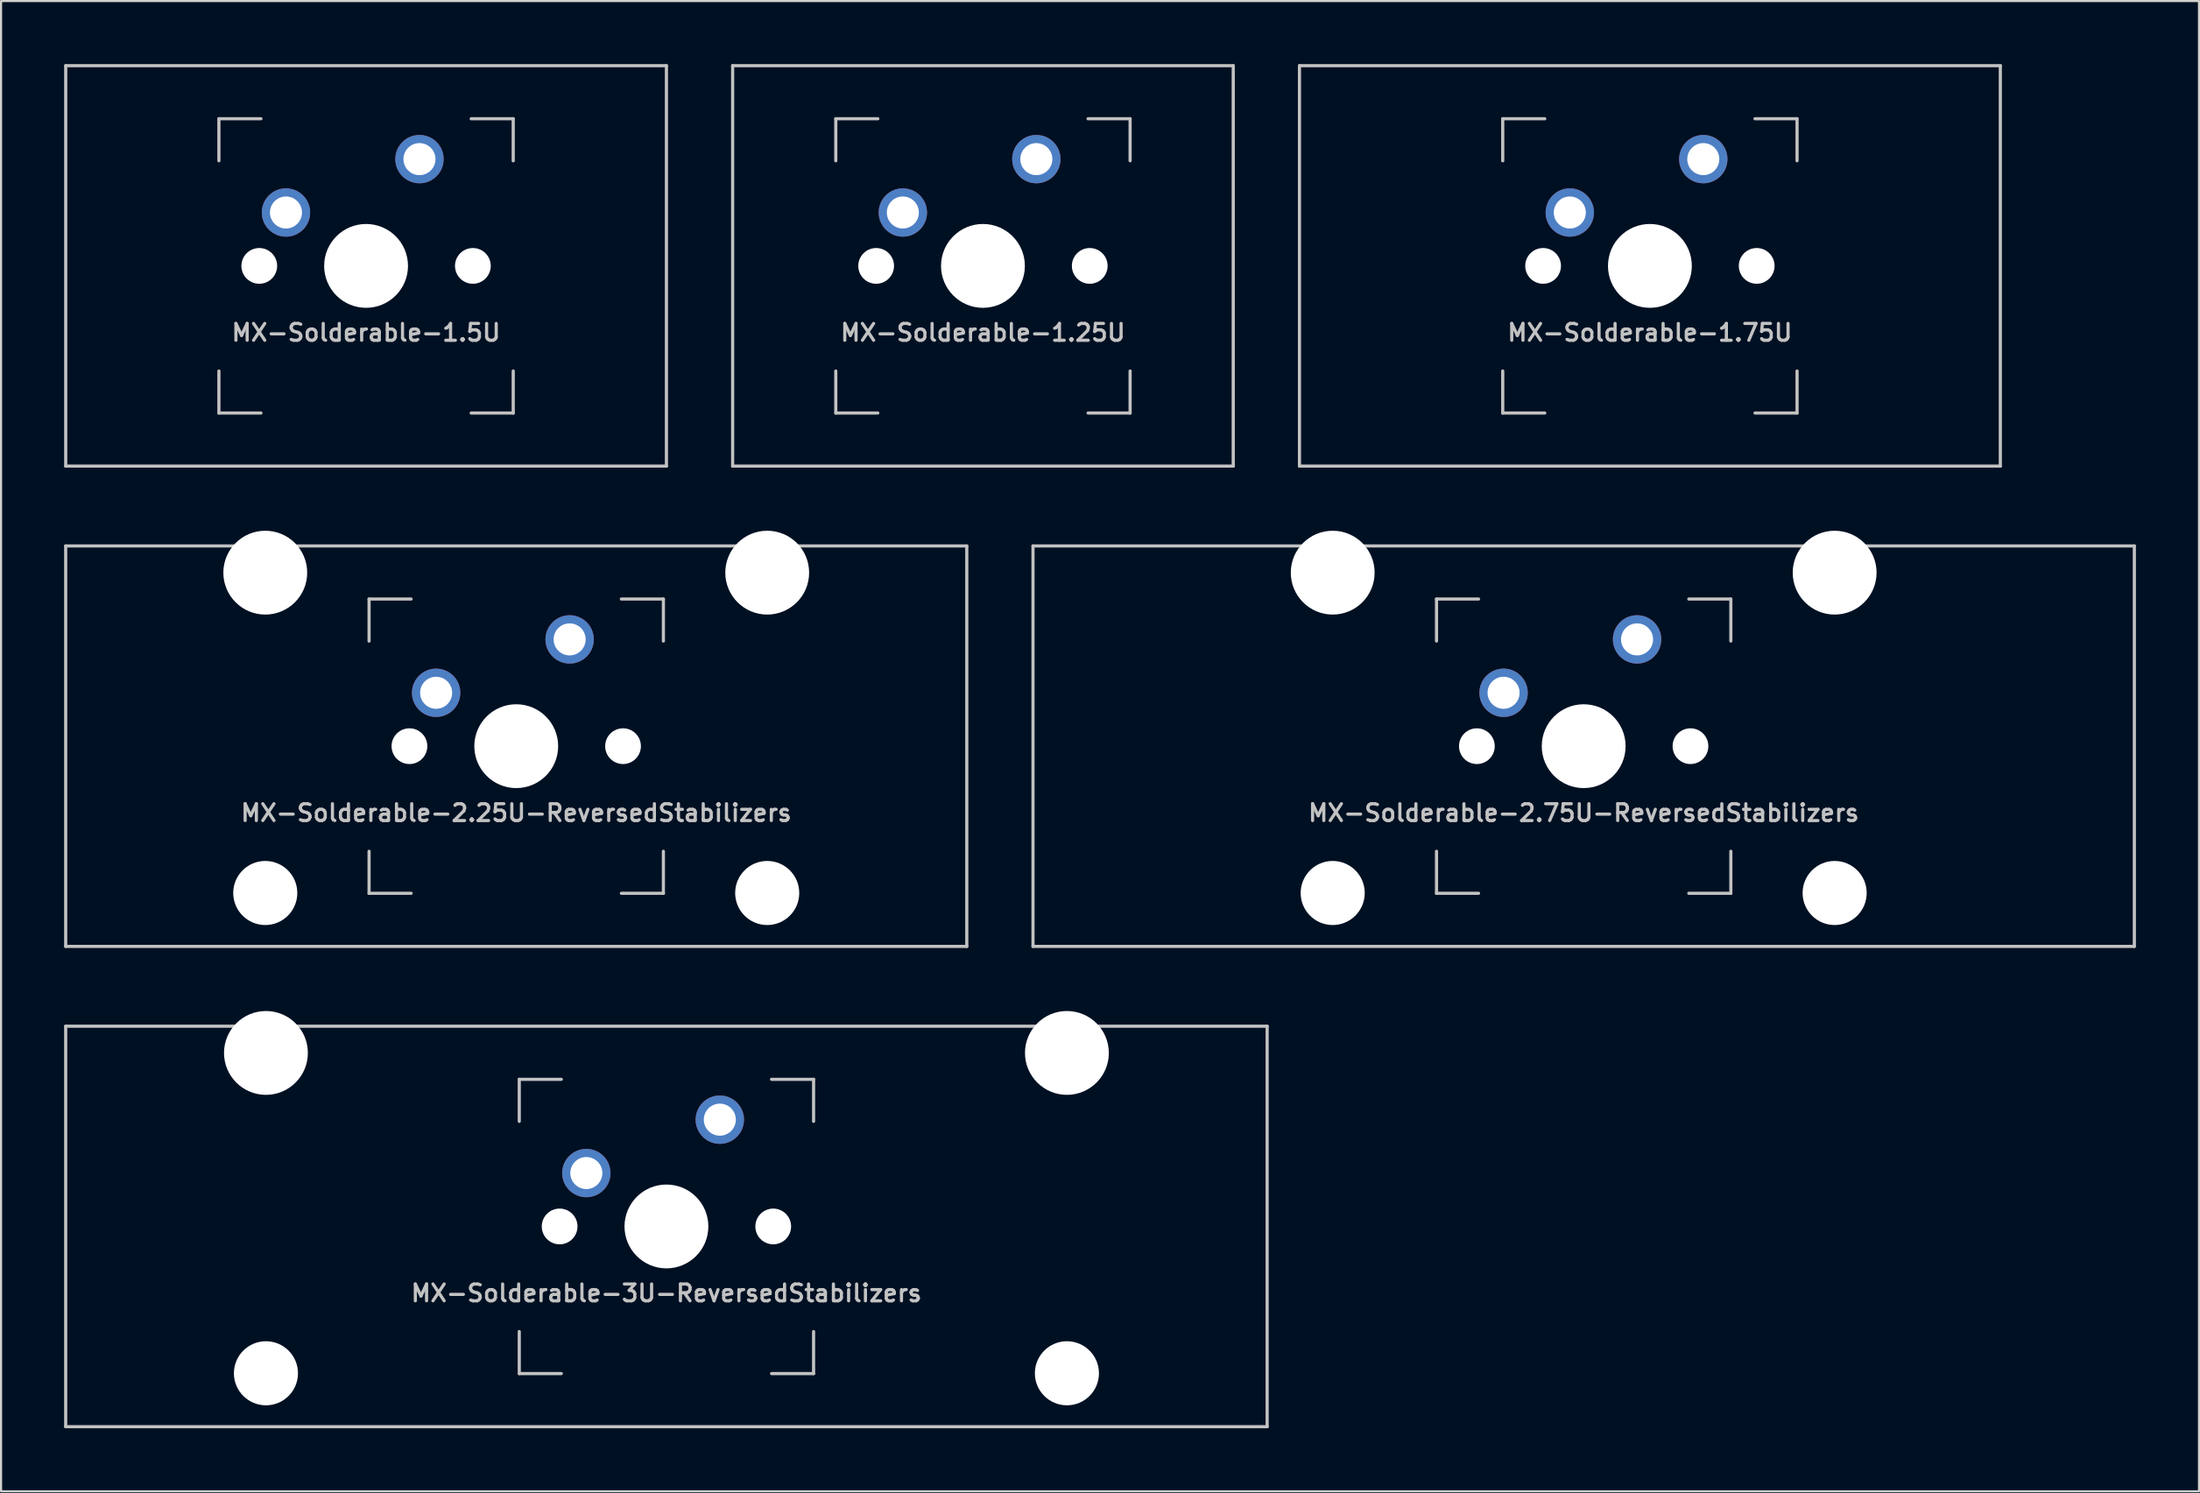
<source format=kicad_pcb>
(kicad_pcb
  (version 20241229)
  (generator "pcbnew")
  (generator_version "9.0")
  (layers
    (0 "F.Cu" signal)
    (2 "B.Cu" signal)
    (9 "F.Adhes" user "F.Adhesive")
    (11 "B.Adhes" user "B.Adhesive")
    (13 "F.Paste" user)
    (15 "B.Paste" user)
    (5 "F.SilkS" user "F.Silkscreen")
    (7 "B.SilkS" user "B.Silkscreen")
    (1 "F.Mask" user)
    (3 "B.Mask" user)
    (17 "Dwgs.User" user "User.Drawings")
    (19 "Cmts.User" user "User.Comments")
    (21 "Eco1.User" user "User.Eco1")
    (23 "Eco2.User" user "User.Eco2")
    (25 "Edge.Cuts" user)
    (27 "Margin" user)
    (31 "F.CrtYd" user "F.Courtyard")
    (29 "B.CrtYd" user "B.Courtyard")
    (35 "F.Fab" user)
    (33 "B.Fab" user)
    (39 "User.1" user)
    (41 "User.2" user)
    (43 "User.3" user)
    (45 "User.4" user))
  (footprint "MX-Solderable-1.75U"
    (layer "F.Cu")
    (at 75.431 9.6)
    (property "Reference" "MX-Solderable-1.75U" (at 0 3.175 0) (layer "Dwgs.User") (effects (font (size 0.8 0.8) (thickness 0.15))))
    (attr through_hole)
    (fp_line (start -16.669 9.525) (end -16.669 -9.525) (stroke (width 0.15) (type solid)) (layer "Dwgs.User"))
    (fp_line (start -7 -7) (end -7 -5) (stroke (width 0.15) (type solid)) (layer "Dwgs.User"))
    (fp_line (start -7 5) (end -7 7) (stroke (width 0.15) (type solid)) (layer "Dwgs.User"))
    (fp_line (start -7 7) (end -5 7) (stroke (width 0.15) (type solid)) (layer "Dwgs.User"))
    (fp_line (start -5 -7) (end -7 -7) (stroke (width 0.15) (type solid)) (layer "Dwgs.User"))
    (fp_line (start 5 -7) (end 7 -7) (stroke (width 0.15) (type solid)) (layer "Dwgs.User"))
    (fp_line (start 5 7) (end 7 7) (stroke (width 0.15) (type solid)) (layer "Dwgs.User"))
    (fp_line (start 7 -7) (end 7 -5) (stroke (width 0.15) (type solid)) (layer "Dwgs.User"))
    (fp_line (start 7 7) (end 7 5) (stroke (width 0.15) (type solid)) (layer "Dwgs.User"))
    (fp_line (start 16.669 -9.525) (end -16.669 -9.525) (stroke (width 0.15) (type solid)) (layer "Dwgs.User"))
    (fp_line (start 16.669 9.525) (end -16.669 9.525) (stroke (width 0.15) (type solid)) (layer "Dwgs.User"))
    (fp_line (start 16.669 9.525) (end 16.669 -9.525) (stroke (width 0.15) (type solid)) (layer "Dwgs.User"))
    (pad "" np_thru_hole circle (at -5.08 0 48.099) (size 1.7 1.7) (drill 1.7) (layers "*.Cu" "*.Mask"))
    (pad "" np_thru_hole circle (at 0 0) (size 3.988 3.988) (drill 3.988) (layers "*.Cu" "*.Mask"))
    (pad "" np_thru_hole circle (at 5.08 0 48.099) (size 1.7 1.7) (drill 1.7) (layers "*.Cu" "*.Mask"))
    (pad "1" thru_hole circle (at -3.81 -2.54) (size 2.3 2.3) (drill 1.524) (layers "*.Cu" "B.Mask"))
    (pad "2" thru_hole circle (at 2.54 -5.08) (size 2.3 2.3) (drill 1.524) (layers "*.Cu" "B.Mask")))
  (footprint "MX-Solderable-1.5U"
    (layer "F.Cu")
    (at 14.363 9.6)
    (property "Reference" "MX-Solderable-1.5U" (at 0 3.175 0) (layer "Dwgs.User") (effects (font (size 0.8 0.8) (thickness 0.15))))
    (attr through_hole)
    (fp_line (start -14.287 9.525) (end -14.287 -9.525) (stroke (width 0.15) (type solid)) (layer "Dwgs.User"))
    (fp_line (start -7 -7) (end -7 -5) (stroke (width 0.15) (type solid)) (layer "Dwgs.User"))
    (fp_line (start -7 5) (end -7 7) (stroke (width 0.15) (type solid)) (layer "Dwgs.User"))
    (fp_line (start -7 7) (end -5 7) (stroke (width 0.15) (type solid)) (layer "Dwgs.User"))
    (fp_line (start -5 -7) (end -7 -7) (stroke (width 0.15) (type solid)) (layer "Dwgs.User"))
    (fp_line (start 5 -7) (end 7 -7) (stroke (width 0.15) (type solid)) (layer "Dwgs.User"))
    (fp_line (start 5 7) (end 7 7) (stroke (width 0.15) (type solid)) (layer "Dwgs.User"))
    (fp_line (start 7 -7) (end 7 -5) (stroke (width 0.15) (type solid)) (layer "Dwgs.User"))
    (fp_line (start 7 7) (end 7 5) (stroke (width 0.15) (type solid)) (layer "Dwgs.User"))
    (fp_line (start 14.287 -9.525) (end -14.287 -9.525) (stroke (width 0.15) (type solid)) (layer "Dwgs.User"))
    (fp_line (start 14.287 9.525) (end -14.287 9.525) (stroke (width 0.15) (type solid)) (layer "Dwgs.User"))
    (fp_line (start 14.287 9.525) (end 14.287 -9.525) (stroke (width 0.15) (type solid)) (layer "Dwgs.User"))
    (pad "" np_thru_hole circle (at -5.08 0 48.099) (size 1.7 1.7) (drill 1.7) (layers "*.Cu" "*.Mask"))
    (pad "" np_thru_hole circle (at 0 0) (size 3.988 3.988) (drill 3.988) (layers "*.Cu" "*.Mask"))
    (pad "" np_thru_hole circle (at 5.08 0 48.099) (size 1.7 1.7) (drill 1.7) (layers "*.Cu" "*.Mask"))
    (pad "1" thru_hole circle (at -3.81 -2.54) (size 2.3 2.3) (drill 1.524) (layers "*.Cu" "B.Mask"))
    (pad "2" thru_hole circle (at 2.54 -5.08) (size 2.3 2.3) (drill 1.524) (layers "*.Cu" "B.Mask")))
  (footprint "MX-Solderable-1.25U"
    (layer "F.Cu")
    (at 43.706 9.6)
    (property "Reference" "MX-Solderable-1.25U" (at 0 3.175 0) (layer "Dwgs.User") (effects (font (size 0.8 0.8) (thickness 0.15))))
    (attr through_hole)
    (fp_line (start -11.906 9.525) (end -11.906 -9.525) (stroke (width 0.15) (type solid)) (layer "Dwgs.User"))
    (fp_line (start -7 -7) (end -7 -5) (stroke (width 0.15) (type solid)) (layer "Dwgs.User"))
    (fp_line (start -7 5) (end -7 7) (stroke (width 0.15) (type solid)) (layer "Dwgs.User"))
    (fp_line (start -7 7) (end -5 7) (stroke (width 0.15) (type solid)) (layer "Dwgs.User"))
    (fp_line (start -5 -7) (end -7 -7) (stroke (width 0.15) (type solid)) (layer "Dwgs.User"))
    (fp_line (start 5 -7) (end 7 -7) (stroke (width 0.15) (type solid)) (layer "Dwgs.User"))
    (fp_line (start 5 7) (end 7 7) (stroke (width 0.15) (type solid)) (layer "Dwgs.User"))
    (fp_line (start 7 -7) (end 7 -5) (stroke (width 0.15) (type solid)) (layer "Dwgs.User"))
    (fp_line (start 7 7) (end 7 5) (stroke (width 0.15) (type solid)) (layer "Dwgs.User"))
    (fp_line (start 11.906 -9.525) (end -11.906 -9.525) (stroke (width 0.15) (type solid)) (layer "Dwgs.User"))
    (fp_line (start 11.906 9.525) (end -11.906 9.525) (stroke (width 0.15) (type solid)) (layer "Dwgs.User"))
    (fp_line (start 11.906 9.525) (end 11.906 -9.525) (stroke (width 0.15) (type solid)) (layer "Dwgs.User"))
    (pad "" np_thru_hole circle (at -5.08 0 48.099) (size 1.7 1.7) (drill 1.7) (layers "*.Cu" "*.Mask"))
    (pad "" np_thru_hole circle (at 0 0) (size 3.988 3.988) (drill 3.988) (layers "*.Cu" "*.Mask"))
    (pad "" np_thru_hole circle (at 5.08 0 48.099) (size 1.7 1.7) (drill 1.7) (layers "*.Cu" "*.Mask"))
    (pad "1" thru_hole circle (at -3.81 -2.54) (size 2.3 2.3) (drill 1.524) (layers "*.Cu" "B.Mask"))
    (pad "2" thru_hole circle (at 2.54 -5.08) (size 2.3 2.3) (drill 1.524) (layers "*.Cu" "B.Mask")))
  (footprint "MX-Solderable-2.25U-ReversedStabilizers"
    (layer "F.Cu")
    (at 21.506 32.449)
    (property "Reference" "MX-Solderable-2.25U-ReversedStabilizers" (at 0 3.175 0) (layer "Dwgs.User") (effects (font (size 0.8 0.8) (thickness 0.15))))
    (attr through_hole)
    (fp_line (start -21.431 9.525) (end -21.431 -9.525) (stroke (width 0.15) (type solid)) (layer "Dwgs.User"))
    (fp_line (start -7 -7) (end -7 -5) (stroke (width 0.15) (type solid)) (layer "Dwgs.User"))
    (fp_line (start -7 5) (end -7 7) (stroke (width 0.15) (type solid)) (layer "Dwgs.User"))
    (fp_line (start -7 7) (end -5 7) (stroke (width 0.15) (type solid)) (layer "Dwgs.User"))
    (fp_line (start -5 -7) (end -7 -7) (stroke (width 0.15) (type solid)) (layer "Dwgs.User"))
    (fp_line (start 5 -7) (end 7 -7) (stroke (width 0.15) (type solid)) (layer "Dwgs.User"))
    (fp_line (start 5 7) (end 7 7) (stroke (width 0.15) (type solid)) (layer "Dwgs.User"))
    (fp_line (start 7 -7) (end 7 -5) (stroke (width 0.15) (type solid)) (layer "Dwgs.User"))
    (fp_line (start 7 7) (end 7 5) (stroke (width 0.15) (type solid)) (layer "Dwgs.User"))
    (fp_line (start 21.431 -9.525) (end -21.431 -9.525) (stroke (width 0.15) (type solid)) (layer "Dwgs.User"))
    (fp_line (start 21.431 9.525) (end -21.431 9.525) (stroke (width 0.15) (type solid)) (layer "Dwgs.User"))
    (fp_line (start 21.431 9.525) (end 21.431 -9.525) (stroke (width 0.15) (type solid)) (layer "Dwgs.User"))
    (pad "" np_thru_hole circle (at -11.938 -8.255) (size 3.988 3.988) (drill 3.988) (layers "*.Cu" "*.Mask"))
    (pad "" np_thru_hole circle (at -11.938 6.985) (size 3.048 3.048) (drill 3.048) (layers "*.Cu" "*.Mask"))
    (pad "" np_thru_hole circle (at -5.08 0 48.099) (size 1.7 1.7) (drill 1.7) (layers "*.Cu" "*.Mask"))
    (pad "" np_thru_hole circle (at 0 0) (size 3.988 3.988) (drill 3.988) (layers "*.Cu" "*.Mask"))
    (pad "" np_thru_hole circle (at 5.08 0 48.099) (size 1.7 1.7) (drill 1.7) (layers "*.Cu" "*.Mask"))
    (pad "" np_thru_hole circle (at 11.938 -8.255) (size 3.988 3.988) (drill 3.988) (layers "*.Cu" "*.Mask"))
    (pad "" np_thru_hole circle (at 11.938 6.985) (size 3.048 3.048) (drill 3.048) (layers "*.Cu" "*.Mask"))
    (pad "1" thru_hole circle (at -3.81 -2.54) (size 2.3 2.3) (drill 1.524) (layers "*.Cu" "B.Mask"))
    (pad "2" thru_hole circle (at 2.54 -5.08) (size 2.3 2.3) (drill 1.524) (layers "*.Cu" "B.Mask")))
  (footprint "MX-Solderable-2.75U-ReversedStabilizers"
    (layer "F.Cu")
    (at 72.281 32.449)
    (property "Reference" "MX-Solderable-2.75U-ReversedStabilizers" (at 0 3.175 0) (layer "Dwgs.User") (effects (font (size 0.8 0.8) (thickness 0.15))))
    (attr through_hole)
    (fp_line (start -26.194 9.525) (end -26.194 -9.525) (stroke (width 0.15) (type solid)) (layer "Dwgs.User"))
    (fp_line (start -7 -7) (end -7 -5) (stroke (width 0.15) (type solid)) (layer "Dwgs.User"))
    (fp_line (start -7 5) (end -7 7) (stroke (width 0.15) (type solid)) (layer "Dwgs.User"))
    (fp_line (start -7 7) (end -5 7) (stroke (width 0.15) (type solid)) (layer "Dwgs.User"))
    (fp_line (start -5 -7) (end -7 -7) (stroke (width 0.15) (type solid)) (layer "Dwgs.User"))
    (fp_line (start 5 -7) (end 7 -7) (stroke (width 0.15) (type solid)) (layer "Dwgs.User"))
    (fp_line (start 5 7) (end 7 7) (stroke (width 0.15) (type solid)) (layer "Dwgs.User"))
    (fp_line (start 7 -7) (end 7 -5) (stroke (width 0.15) (type solid)) (layer "Dwgs.User"))
    (fp_line (start 7 7) (end 7 5) (stroke (width 0.15) (type solid)) (layer "Dwgs.User"))
    (fp_line (start 26.194 -9.525) (end -26.194 -9.525) (stroke (width 0.15) (type solid)) (layer "Dwgs.User"))
    (fp_line (start 26.194 9.525) (end -26.194 9.525) (stroke (width 0.15) (type solid)) (layer "Dwgs.User"))
    (fp_line (start 26.194 9.525) (end 26.194 -9.525) (stroke (width 0.15) (type solid)) (layer "Dwgs.User"))
    (pad "" np_thru_hole circle (at -11.938 -8.255) (size 3.988 3.988) (drill 3.988) (layers "*.Cu" "*.Mask"))
    (pad "" np_thru_hole circle (at -11.938 6.985) (size 3.048 3.048) (drill 3.048) (layers "*.Cu" "*.Mask"))
    (pad "" np_thru_hole circle (at -5.08 0 48.099) (size 1.7 1.7) (drill 1.7) (layers "*.Cu" "*.Mask"))
    (pad "" np_thru_hole circle (at 0 0) (size 3.988 3.988) (drill 3.988) (layers "*.Cu" "*.Mask"))
    (pad "" np_thru_hole circle (at 5.08 0 48.099) (size 1.7 1.7) (drill 1.7) (layers "*.Cu" "*.Mask"))
    (pad "" np_thru_hole circle (at 11.938 -8.255) (size 3.988 3.988) (drill 3.988) (layers "*.Cu" "*.Mask"))
    (pad "" np_thru_hole circle (at 11.938 6.985) (size 3.048 3.048) (drill 3.048) (layers "*.Cu" "*.Mask"))
    (pad "1" thru_hole circle (at -3.81 -2.54) (size 2.3 2.3) (drill 1.524) (layers "*.Cu" "B.Mask"))
    (pad "2" thru_hole circle (at 2.54 -5.08) (size 2.3 2.3) (drill 1.524) (layers "*.Cu" "B.Mask")))
  (footprint "MX-Solderable-3U-ReversedStabilizers"
    (layer "F.Cu")
    (at 28.65 55.298)
    (property "Reference" "MX-Solderable-3U-ReversedStabilizers" (at 0 3.175 0) (layer "Dwgs.User") (effects (font (size 0.8 0.8) (thickness 0.15))))
    (attr through_hole)
    (fp_line (start -28.575 9.525) (end -28.575 -9.525) (stroke (width 0.15) (type solid)) (layer "Dwgs.User"))
    (fp_line (start -7 -7) (end -7 -5) (stroke (width 0.15) (type solid)) (layer "Dwgs.User"))
    (fp_line (start -7 5) (end -7 7) (stroke (width 0.15) (type solid)) (layer "Dwgs.User"))
    (fp_line (start -7 7) (end -5 7) (stroke (width 0.15) (type solid)) (layer "Dwgs.User"))
    (fp_line (start -5 -7) (end -7 -7) (stroke (width 0.15) (type solid)) (layer "Dwgs.User"))
    (fp_line (start 5 -7) (end 7 -7) (stroke (width 0.15) (type solid)) (layer "Dwgs.User"))
    (fp_line (start 5 7) (end 7 7) (stroke (width 0.15) (type solid)) (layer "Dwgs.User"))
    (fp_line (start 7 -7) (end 7 -5) (stroke (width 0.15) (type solid)) (layer "Dwgs.User"))
    (fp_line (start 7 7) (end 7 5) (stroke (width 0.15) (type solid)) (layer "Dwgs.User"))
    (fp_line (start 28.575 -9.525) (end -28.575 -9.525) (stroke (width 0.15) (type solid)) (layer "Dwgs.User"))
    (fp_line (start 28.575 9.525) (end -28.575 9.525) (stroke (width 0.15) (type solid)) (layer "Dwgs.User"))
    (fp_line (start 28.575 9.525) (end 28.575 -9.525) (stroke (width 0.15) (type solid)) (layer "Dwgs.User"))
    (pad "" np_thru_hole circle (at -19.05 -8.255) (size 3.988 3.988) (drill 3.988) (layers "*.Cu" "*.Mask"))
    (pad "" np_thru_hole circle (at -19.05 6.985) (size 3.048 3.048) (drill 3.048) (layers "*.Cu" "*.Mask"))
    (pad "" np_thru_hole circle (at -5.08 0 48.099) (size 1.7 1.7) (drill 1.7) (layers "*.Cu" "*.Mask"))
    (pad "" np_thru_hole circle (at 0 0) (size 3.988 3.988) (drill 3.988) (layers "*.Cu" "*.Mask"))
    (pad "" np_thru_hole circle (at 5.08 0 48.099) (size 1.7 1.7) (drill 1.7) (layers "*.Cu" "*.Mask"))
    (pad "" np_thru_hole circle (at 19.05 -8.255) (size 3.988 3.988) (drill 3.988) (layers "*.Cu" "*.Mask"))
    (pad "" np_thru_hole circle (at 19.05 6.985) (size 3.048 3.048) (drill 3.048) (layers "*.Cu" "*.Mask"))
    (pad "1" thru_hole circle (at -3.81 -2.54) (size 2.3 2.3) (drill 1.524) (layers "*.Cu" "B.Mask"))
    (pad "2" thru_hole circle (at 2.54 -5.08) (size 2.3 2.3) (drill 1.524) (layers "*.Cu" "B.Mask")))
  (gr_rect
    (start -3 -3)
    (end 101.55 67.898)
    (stroke (width 0.1) (type default))
    (fill no)
    (layer "Edge.Cuts")))
</source>
